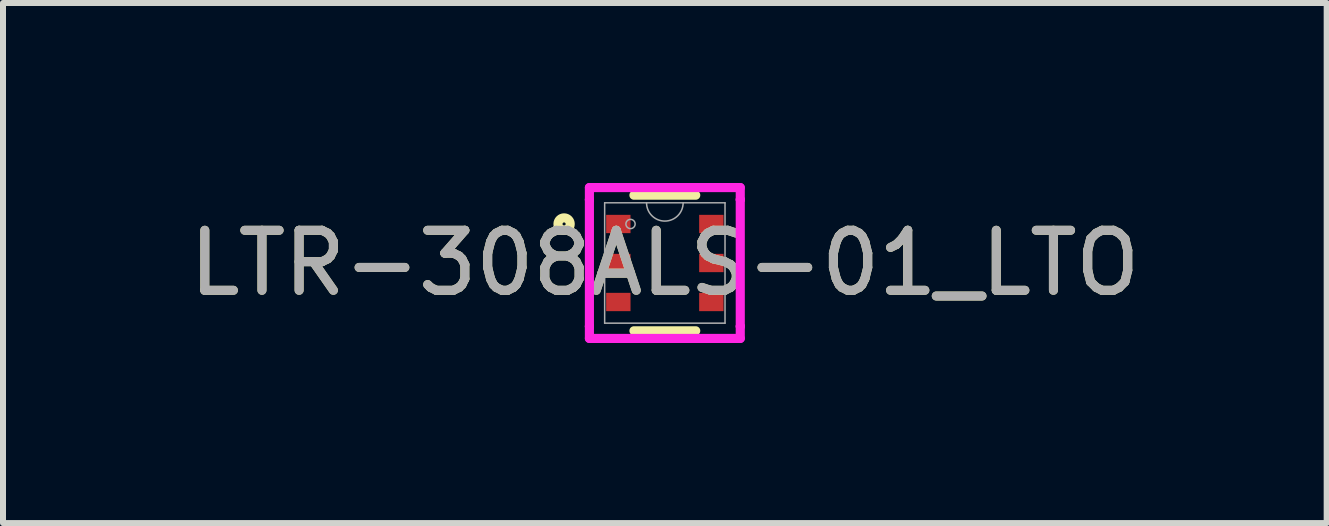
<source format=kicad_pcb>
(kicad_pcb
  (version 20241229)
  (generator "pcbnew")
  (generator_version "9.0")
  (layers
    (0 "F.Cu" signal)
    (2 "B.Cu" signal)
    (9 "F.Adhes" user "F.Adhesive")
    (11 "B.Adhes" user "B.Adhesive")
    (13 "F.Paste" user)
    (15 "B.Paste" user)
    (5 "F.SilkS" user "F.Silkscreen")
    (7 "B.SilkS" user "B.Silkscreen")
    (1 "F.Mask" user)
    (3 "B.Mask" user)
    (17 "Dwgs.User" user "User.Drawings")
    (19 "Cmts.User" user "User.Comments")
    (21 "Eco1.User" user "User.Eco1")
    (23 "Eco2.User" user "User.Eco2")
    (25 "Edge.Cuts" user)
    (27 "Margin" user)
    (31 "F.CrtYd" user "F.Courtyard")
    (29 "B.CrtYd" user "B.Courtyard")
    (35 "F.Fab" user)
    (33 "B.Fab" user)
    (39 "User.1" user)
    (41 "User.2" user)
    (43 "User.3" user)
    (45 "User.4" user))
  (footprint "LTR-308ALS-01_LTO"
    (layer "F.Cu")
    (at 8.03 1.333)
    (property "Reference" "LTR-308ALS-01_LTO" (at 0 0 0) (unlocked yes) (layer "F.SilkS") (effects (font (size 1 1) (thickness 0.15))))
    (attr smd)
    (fp_line (start -0.515 1.13) (end 0.515 1.13) (stroke (width 0.152) (type solid)) (layer "F.SilkS"))
    (fp_line (start 0.515 -1.13) (end -0.515 -1.13) (stroke (width 0.152) (type solid)) (layer "F.SilkS"))
    (fp_circle (center -1.679 -0.65) (end -1.577 -0.65) (stroke (width 0.152) (type solid)) (fill no) (layer "F.SilkS"))
    (fp_line (start -1.257 -1.257) (end 1.257 -1.257) (stroke (width 0.152) (type solid)) (layer "F.CrtYd"))
    (fp_line (start -1.257 -1.056) (end -1.257 -1.257) (stroke (width 0.152) (type solid)) (layer "F.CrtYd"))
    (fp_line (start -1.257 -1.056) (end -1.257 -1.056) (stroke (width 0.152) (type solid)) (layer "F.CrtYd"))
    (fp_line (start -1.257 1.056) (end -1.257 -1.056) (stroke (width 0.152) (type solid)) (layer "F.CrtYd"))
    (fp_line (start -1.257 1.056) (end -1.257 1.056) (stroke (width 0.152) (type solid)) (layer "F.CrtYd"))
    (fp_line (start -1.257 1.257) (end -1.257 1.056) (stroke (width 0.152) (type solid)) (layer "F.CrtYd"))
    (fp_line (start 1.257 -1.257) (end 1.257 -1.056) (stroke (width 0.152) (type solid)) (layer "F.CrtYd"))
    (fp_line (start 1.257 -1.056) (end 1.257 -1.056) (stroke (width 0.152) (type solid)) (layer "F.CrtYd"))
    (fp_line (start 1.257 -1.056) (end 1.257 1.056) (stroke (width 0.152) (type solid)) (layer "F.CrtYd"))
    (fp_line (start 1.257 1.056) (end 1.257 1.056) (stroke (width 0.152) (type solid)) (layer "F.CrtYd"))
    (fp_line (start 1.257 1.056) (end 1.257 1.257) (stroke (width 0.152) (type solid)) (layer "F.CrtYd"))
    (fp_line (start 1.257 1.257) (end -1.257 1.257) (stroke (width 0.152) (type solid)) (layer "F.CrtYd"))
    (fp_line (start -1.003 -1.003) (end -1.003 1.003) (stroke (width 0.025) (type solid)) (layer "F.Fab"))
    (fp_line (start -1.003 1.003) (end 1.003 1.003) (stroke (width 0.025) (type solid)) (layer "F.Fab"))
    (fp_line (start 1.003 -1.003) (end -1.003 -1.003) (stroke (width 0.025) (type solid)) (layer "F.Fab"))
    (fp_line (start 1.003 1.003) (end 1.003 -1.003) (stroke (width 0.025) (type solid)) (layer "F.Fab"))
    (fp_arc (start 0.3048 -1.0033) (mid 0 -0.6985) (end -0.3048 -1.0033) (stroke (width 0.0254) (type solid)) (layer "F.Fab"))
    (fp_circle (center -0.572 -0.65) (end -0.495 -0.65) (stroke (width 0.025) (type solid)) (fill no) (layer "F.Fab"))
    (fp_text user "${REFERENCE}" (at 0 0 0) (unlocked yes) (layer "F.Fab") (effects (font (size 1 1) (thickness 0.15))))
    (pad "1" smd rect (at -0.775 -0.65) (size 0.406 0.305) (layers "F.Cu" "F.Mask" "F.Paste"))
    (pad "2" smd rect (at -0.775 0) (size 0.406 0.305) (layers "F.Cu" "F.Mask" "F.Paste"))
    (pad "3" smd rect (at -0.775 0.65) (size 0.406 0.305) (layers "F.Cu" "F.Mask" "F.Paste"))
    (pad "4" smd rect (at 0.775 0.65) (size 0.406 0.305) (layers "F.Cu" "F.Mask" "F.Paste"))
    (pad "5" smd rect (at 0.775 0) (size 0.406 0.305) (layers "F.Cu" "F.Mask" "F.Paste"))
    (pad "6" smd rect (at 0.775 -0.65) (size 0.406 0.305) (layers "F.Cu" "F.Mask" "F.Paste")))
  (gr_rect
    (start -3 -3)
    (end 19.06 5.667)
    (stroke (width 0.1) (type default))
    (fill no)
    (layer "Edge.Cuts")))
</source>
